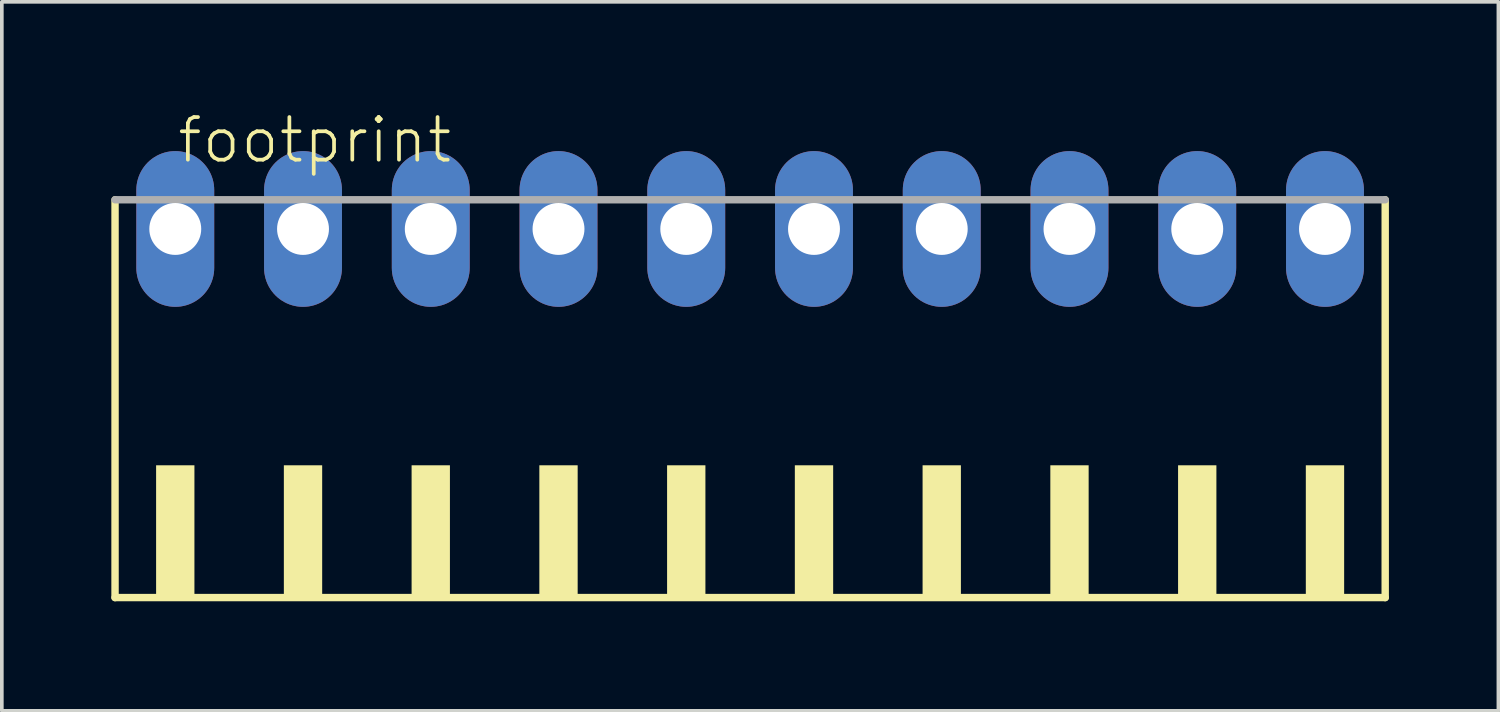
<source format=kicad_pcb>
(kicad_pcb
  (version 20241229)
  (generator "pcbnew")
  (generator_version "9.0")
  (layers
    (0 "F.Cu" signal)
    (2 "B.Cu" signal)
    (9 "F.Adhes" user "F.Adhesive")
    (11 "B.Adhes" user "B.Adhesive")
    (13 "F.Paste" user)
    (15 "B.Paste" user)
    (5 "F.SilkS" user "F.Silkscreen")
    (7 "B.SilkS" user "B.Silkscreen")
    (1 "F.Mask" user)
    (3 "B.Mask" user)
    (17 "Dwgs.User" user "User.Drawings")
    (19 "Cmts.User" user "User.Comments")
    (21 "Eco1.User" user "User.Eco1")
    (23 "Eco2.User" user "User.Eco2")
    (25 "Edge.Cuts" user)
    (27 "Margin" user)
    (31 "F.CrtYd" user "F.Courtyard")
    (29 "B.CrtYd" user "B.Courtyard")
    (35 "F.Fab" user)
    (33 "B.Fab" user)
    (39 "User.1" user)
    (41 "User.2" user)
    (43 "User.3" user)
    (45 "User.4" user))
  (footprint "footprint"
    (layer "F.Cu")
    (at 17.502 8.473)
    (property "Reference" "footprint" (at -15.75 -7 0) (layer "F.SilkS") (effects (font (size 1.168 1.168) (thickness 0.102)) (justify left bottom)))
    (fp_line (start -17.4 -6.05) (end -17.4 4.85) (stroke (width 0.203) (type solid)) (layer "F.SilkS"))
    (fp_line (start -17.4 4.85) (end 17.4 4.85) (stroke (width 0.203) (type solid)) (layer "F.SilkS"))
    (fp_line (start 17.4 4.85) (end 17.4 -6.05) (stroke (width 0.203) (type solid)) (layer "F.SilkS"))
    (fp_poly (pts (xy -16.275 4.9) (xy -15.225 4.9) (xy -15.225 1.225) (xy -16.275 1.225)) (stroke (width 0) (type solid)) (fill yes) (layer "F.SilkS"))
    (fp_poly (pts (xy -12.775 4.9) (xy -11.725 4.9) (xy -11.725 1.225) (xy -12.775 1.225)) (stroke (width 0) (type solid)) (fill yes) (layer "F.SilkS"))
    (fp_poly (pts (xy -9.275 4.9) (xy -8.225 4.9) (xy -8.225 1.225) (xy -9.275 1.225)) (stroke (width 0) (type solid)) (fill yes) (layer "F.SilkS"))
    (fp_poly (pts (xy -5.775 4.9) (xy -4.725 4.9) (xy -4.725 1.225) (xy -5.775 1.225)) (stroke (width 0) (type solid)) (fill yes) (layer "F.SilkS"))
    (fp_poly (pts (xy -2.275 4.9) (xy -1.225 4.9) (xy -1.225 1.225) (xy -2.275 1.225)) (stroke (width 0) (type solid)) (fill yes) (layer "F.SilkS"))
    (fp_poly (pts (xy 1.225 4.9) (xy 2.275 4.9) (xy 2.275 1.225) (xy 1.225 1.225)) (stroke (width 0) (type solid)) (fill yes) (layer "F.SilkS"))
    (fp_poly (pts (xy 4.725 4.9) (xy 5.775 4.9) (xy 5.775 1.225) (xy 4.725 1.225)) (stroke (width 0) (type solid)) (fill yes) (layer "F.SilkS"))
    (fp_poly (pts (xy 8.225 4.9) (xy 9.275 4.9) (xy 9.275 1.225) (xy 8.225 1.225)) (stroke (width 0) (type solid)) (fill yes) (layer "F.SilkS"))
    (fp_poly (pts (xy 11.725 4.9) (xy 12.775 4.9) (xy 12.775 1.225) (xy 11.725 1.225)) (stroke (width 0) (type solid)) (fill yes) (layer "F.SilkS"))
    (fp_poly (pts (xy 15.225 4.9) (xy 16.275 4.9) (xy 16.275 1.225) (xy 15.225 1.225)) (stroke (width 0) (type solid)) (fill yes) (layer "F.SilkS"))
    (fp_line (start 17.4 -6.05) (end -17.4 -6.05) (stroke (width 0.203) (type solid)) (layer "F.Fab"))
    (pad "1" thru_hole oval (at -15.75 -5.25 90) (size 4.267 2.134) (drill 1.422) (layers "*.Cu" "*.Mask"))
    (pad "2" thru_hole oval (at -12.25 -5.25 90) (size 4.267 2.134) (drill 1.422) (layers "*.Cu" "*.Mask"))
    (pad "3" thru_hole oval (at -8.75 -5.25 90) (size 4.267 2.134) (drill 1.422) (layers "*.Cu" "*.Mask"))
    (pad "4" thru_hole oval (at -5.25 -5.25 90) (size 4.267 2.134) (drill 1.422) (layers "*.Cu" "*.Mask"))
    (pad "5" thru_hole oval (at -1.75 -5.25 90) (size 4.267 2.134) (drill 1.422) (layers "*.Cu" "*.Mask"))
    (pad "6" thru_hole oval (at 1.75 -5.25 90) (size 4.267 2.134) (drill 1.422) (layers "*.Cu" "*.Mask"))
    (pad "7" thru_hole oval (at 5.25 -5.25 90) (size 4.267 2.134) (drill 1.422) (layers "*.Cu" "*.Mask"))
    (pad "8" thru_hole oval (at 8.75 -5.25 90) (size 4.267 2.134) (drill 1.422) (layers "*.Cu" "*.Mask"))
    (pad "9" thru_hole oval (at 12.25 -5.25 90) (size 4.267 2.134) (drill 1.422) (layers "*.Cu" "*.Mask"))
    (pad "10" thru_hole oval (at 15.75 -5.25 90) (size 4.267 2.134) (drill 1.422) (layers "*.Cu" "*.Mask")))
  (gr_rect
    (start -3 -3)
    (end 38.003 16.425)
    (stroke (width 0.1) (type default))
    (fill no)
    (layer "Edge.Cuts")))
</source>
